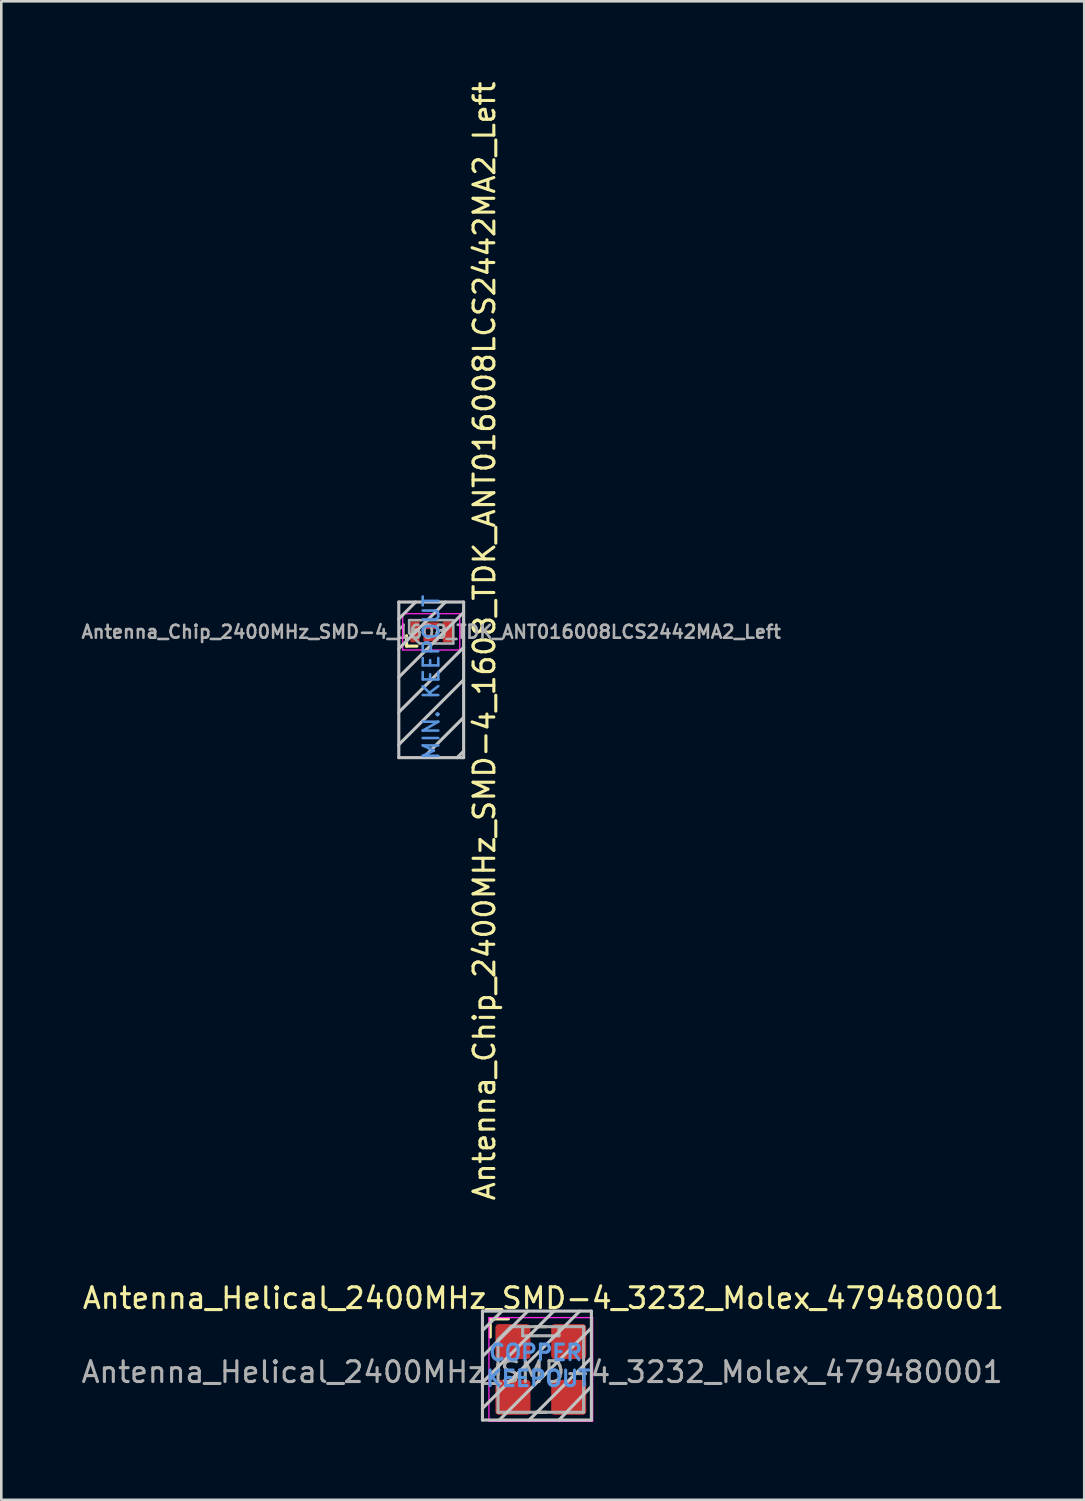
<source format=kicad_pcb>
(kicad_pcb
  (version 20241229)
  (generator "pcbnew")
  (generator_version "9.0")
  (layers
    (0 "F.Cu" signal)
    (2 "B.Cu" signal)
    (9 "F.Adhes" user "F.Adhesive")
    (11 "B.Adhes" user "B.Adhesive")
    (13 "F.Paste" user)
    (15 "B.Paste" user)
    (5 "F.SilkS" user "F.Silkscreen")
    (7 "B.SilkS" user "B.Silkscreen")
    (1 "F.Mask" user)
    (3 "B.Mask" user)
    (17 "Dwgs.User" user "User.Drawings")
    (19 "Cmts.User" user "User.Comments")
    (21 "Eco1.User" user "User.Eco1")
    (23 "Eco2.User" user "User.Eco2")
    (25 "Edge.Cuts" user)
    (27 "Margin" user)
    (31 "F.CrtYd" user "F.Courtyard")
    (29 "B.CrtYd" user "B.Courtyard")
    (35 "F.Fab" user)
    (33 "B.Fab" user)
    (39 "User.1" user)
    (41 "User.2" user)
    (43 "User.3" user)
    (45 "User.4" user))
  (footprint "Antenna_Chip_2400MHz_SMD-4_1608_TDK_ANT016008LCS2442MA2_Left"
    (layer "F.Cu")
    (at 13.576 21.312)
    (property "Reference" "Antenna_Chip_2400MHz_SMD-4_1608_TDK_ANT016008LCS2442MA2_Left" (at 2.05 0.35 90) (unlocked yes) (layer "F.SilkS") (effects (font (size 0.8 0.8) (thickness 0.12))))
    (attr smd)
    (fp_line (start -0.95 0.15) (end -0.95 0.55) (stroke (width 0.12) (type solid)) (layer "F.SilkS"))
    (fp_line (start -0.95 0.55) (end -0.55 0.55) (stroke (width 0.12) (type solid)) (layer "F.SilkS"))
    (fp_line (start -1.25 -1.15) (end -1.25 4.85) (stroke (width 0.12) (type solid)) (layer "Dwgs.User"))
    (fp_line (start -1.25 -0.5) (end -0.6 -1.15) (stroke (width 0.12) (type solid)) (layer "Dwgs.User"))
    (fp_line (start -1.25 0.65) (end 0.55 -1.15) (stroke (width 0.12) (type solid)) (layer "Dwgs.User"))
    (fp_line (start -1.25 1.75) (end 1.25 -0.75) (stroke (width 0.12) (type solid)) (layer "Dwgs.User"))
    (fp_line (start -1.25 3.1) (end 1.25 0.6) (stroke (width 0.12) (type solid)) (layer "Dwgs.User"))
    (fp_line (start -1.25 4.35) (end 1.25 1.85) (stroke (width 0.12) (type solid)) (layer "Dwgs.User"))
    (fp_line (start -1.25 4.85) (end 1.25 4.85) (stroke (width 0.12) (type solid)) (layer "Dwgs.User"))
    (fp_line (start -0.25 4.8) (end 1.25 3.3) (stroke (width 0.12) (type solid)) (layer "Dwgs.User"))
    (fp_line (start 1 4.85) (end 1.25 4.6) (stroke (width 0.12) (type solid)) (layer "Dwgs.User"))
    (fp_line (start 1.25 -1.15) (end -1.25 -1.15) (stroke (width 0.12) (type solid)) (layer "Dwgs.User"))
    (fp_line (start 1.25 4.85) (end 1.25 -1.15) (stroke (width 0.12) (type solid)) (layer "Dwgs.User"))
    (fp_line (start -1.1 -0.7) (end 1.1 -0.7) (stroke (width 0.05) (type solid)) (layer "F.CrtYd"))
    (fp_line (start -1.1 0.7) (end -1.1 -0.7) (stroke (width 0.05) (type solid)) (layer "F.CrtYd"))
    (fp_line (start 1.1 -0.7) (end 1.1 0.7) (stroke (width 0.05) (type solid)) (layer "F.CrtYd"))
    (fp_line (start 1.1 0.7) (end -1.1 0.7) (stroke (width 0.05) (type solid)) (layer "F.CrtYd"))
    (fp_line (start -0.85 -0.45) (end -0.85 0.05) (stroke (width 0.1) (type solid)) (layer "F.Fab"))
    (fp_line (start -0.85 0.05) (end -0.45 0.45) (stroke (width 0.1) (type solid)) (layer "F.Fab"))
    (fp_line (start -0.45 0.45) (end 0.85 0.45) (stroke (width 0.1) (type solid)) (layer "F.Fab"))
    (fp_line (start 0.85 -0.45) (end -0.85 -0.45) (stroke (width 0.1) (type solid)) (layer "F.Fab"))
    (fp_line (start 0.85 0.45) (end 0.85 -0.45) (stroke (width 0.1) (type solid)) (layer "F.Fab"))
    (fp_text user "MIN. KEEPOUT" (at 0 1.75 90) (layer "Cmts.User") (effects (font (size 0.6 0.6) (thickness 0.1))))
    (fp_text user "${REFERENCE}" (at 0 0 0) (layer "F.Fab") (effects (font (size 0.5 0.5) (thickness 0.1))))
    (pad "1" smd roundrect (at -0.625 0) (size 0.35 0.8) (layers "F.Cu" "F.Mask" "F.Paste") (roundrect_rratio 0.1))
    (pad "2" smd roundrect (at 0 -0.235) (size 0.6 0.26) (layers "F.Cu" "F.Mask" "F.Paste") (roundrect_rratio 0.1))
    (pad "3" smd roundrect (at 0 0.235) (size 0.6 0.26) (layers "F.Cu" "F.Mask" "F.Paste") (roundrect_rratio 0.1))
    (pad "4" smd roundrect (at 0.625 0) (size 0.35 0.8) (layers "F.Cu" "F.Mask" "F.Paste") (roundrect_rratio 0.1)))
  (footprint "Antenna_Helical_2400MHz_SMD-4_3232_Molex_479480001"
    (layer "F.Cu")
    (at 17.802 49.752)
    (property "Reference" "Antenna_Helical_2400MHz_SMD-4_3232_Molex_479480001" (at 0.1 -2.75 0) (unlocked yes) (layer "F.SilkS") (effects (font (size 0.8 0.8) (thickness 0.12))))
    (attr smd)
    (fp_line (start -1.95 -1.95) (end -1.95 -1.25) (stroke (width 0.12) (type solid)) (layer "F.SilkS"))
    (fp_line (start -1.95 -1.95) (end -1.25 -1.95) (stroke (width 0.12) (type solid)) (layer "F.SilkS"))
    (fp_line (start -1.65 0.2) (end -1.65 -0.2) (stroke (width 0.12) (type solid)) (layer "F.SilkS"))
    (fp_line (start -0.2 -1.65) (end 0.2 -1.65) (stroke (width 0.12) (type solid)) (layer "F.SilkS"))
    (fp_line (start -0.2 1.65) (end 0.2 1.65) (stroke (width 0.12) (type solid)) (layer "F.SilkS"))
    (fp_line (start 1.65 0.2) (end 1.65 -0.2) (stroke (width 0.12) (type solid)) (layer "F.SilkS"))
    (fp_line (start -2.25 -2.25) (end 1.95 -2.25) (stroke (width 0.12) (type solid)) (layer "Dwgs.User"))
    (fp_line (start -2.25 -1.5) (end -1.5 -2.25) (stroke (width 0.12) (type solid)) (layer "Dwgs.User"))
    (fp_line (start -2.25 -0.5) (end -0.5 -2.25) (stroke (width 0.12) (type solid)) (layer "Dwgs.User"))
    (fp_line (start -2.25 0.5) (end 0.5 -2.25) (stroke (width 0.12) (type solid)) (layer "Dwgs.User"))
    (fp_line (start -2.25 1.5) (end 1.5 -2.25) (stroke (width 0.12) (type solid)) (layer "Dwgs.User"))
    (fp_line (start -2.25 1.95) (end -2.25 -2.25) (stroke (width 0.12) (type solid)) (layer "Dwgs.User"))
    (fp_line (start -0.45 1.95) (end 1.95 -0.45) (stroke (width 0.12) (type solid)) (layer "Dwgs.User"))
    (fp_line (start 0.7 1.95) (end 1.95 0.65) (stroke (width 0.12) (type solid)) (layer "Dwgs.User"))
    (fp_line (start 1.95 -2.25) (end 1.95 1.95) (stroke (width 0.12) (type solid)) (layer "Dwgs.User"))
    (fp_line (start 1.95 -1.6) (end -1.6 1.95) (stroke (width 0.12) (type solid)) (layer "Dwgs.User"))
    (fp_line (start 1.95 1.95) (end -2.25 1.95) (stroke (width 0.12) (type solid)) (layer "Dwgs.User"))
    (fp_line (start -2 -2) (end -2 2) (stroke (width 0.05) (type solid)) (layer "F.CrtYd"))
    (fp_line (start -2 2) (end 2 2) (stroke (width 0.05) (type solid)) (layer "F.CrtYd"))
    (fp_line (start 2 -2) (end -2 -2) (stroke (width 0.05) (type solid)) (layer "F.CrtYd"))
    (fp_line (start 2 2) (end 2 -2) (stroke (width 0.05) (type solid)) (layer "F.CrtYd"))
    (fp_line (start -1.65 -1.15) (end -1.65 1.65) (stroke (width 0.12) (type solid)) (layer "F.Fab"))
    (fp_line (start -1.65 1.65) (end 1.65 1.65) (stroke (width 0.12) (type solid)) (layer "F.Fab"))
    (fp_line (start -1.15 -1.65) (end -1.65 -1.15) (stroke (width 0.12) (type solid)) (layer "F.Fab"))
    (fp_line (start -0.7 -1.65) (end -0.7 -1.3) (stroke (width 0.12) (type solid)) (layer "F.Fab"))
    (fp_line (start -0.7 -1.3) (end 0.7 -1.3) (stroke (width 0.12) (type solid)) (layer "F.Fab"))
    (fp_line (start 0.7 -1.3) (end 0.7 -1.65) (stroke (width 0.12) (type solid)) (layer "F.Fab"))
    (fp_line (start 1.65 -1.65) (end -1.15 -1.65) (stroke (width 0.12) (type solid)) (layer "F.Fab"))
    (fp_line (start 1.65 1.65) (end 1.65 -1.65) (stroke (width 0.12) (type solid)) (layer "F.Fab"))
    (fp_text user "COPPER" (at -0.2 -0.65 0) (layer "Cmts.User") (effects (font (size 0.6 0.6) (thickness 0.12))))
    (fp_text user "KEEPOUT" (at -0.1 0.35 0) (layer "Cmts.User") (effects (font (size 0.6 0.6) (thickness 0.12))))
    (fp_text user "${REFERENCE}" (at 0.05 0.1 0) (layer "F.Fab") (effects (font (size 0.8 0.8) (thickness 0.12))))
    (pad "1" smd roundrect (at -1.075 -1.075) (size 1.35 1.35) (layers "F.Cu" "F.Mask" "F.Paste") (roundrect_rratio 0.1))
    (pad "2" smd roundrect (at 1.075 -1.075) (size 1.35 1.35) (layers "F.Cu" "F.Mask" "F.Paste") (roundrect_rratio 0.1))
    (pad "3" smd roundrect (at 1.075 1.075) (size 1.35 1.35) (layers "F.Cu" "F.Mask" "F.Paste") (roundrect_rratio 0.1))
    (pad "4" smd roundrect (at -1.075 1.075) (size 1.35 1.35) (layers "F.Cu" "F.Mask" "F.Paste") (roundrect_rratio 0.1)))
  (gr_rect
    (start -3 -3)
    (end 38.755 54.777)
    (stroke (width 0.1) (type default))
    (fill no)
    (layer "Edge.Cuts")))
</source>
